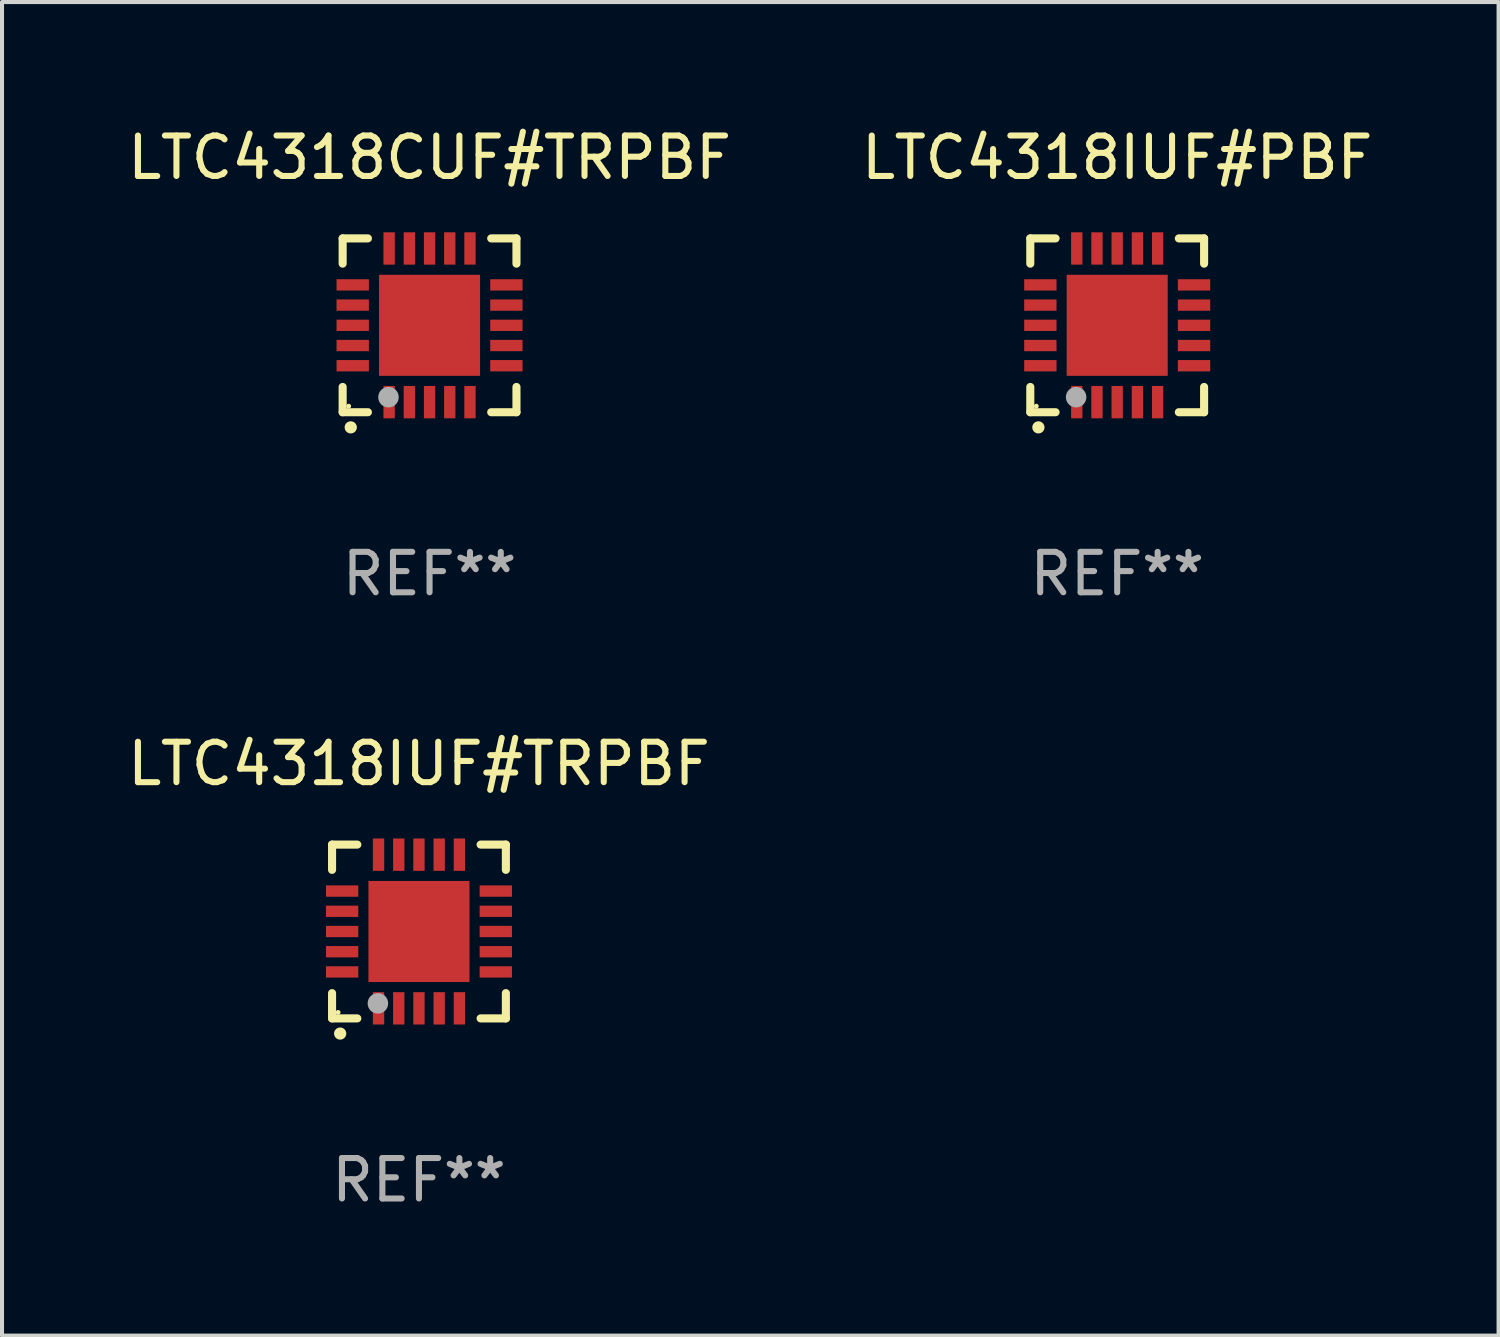
<source format=kicad_pcb>
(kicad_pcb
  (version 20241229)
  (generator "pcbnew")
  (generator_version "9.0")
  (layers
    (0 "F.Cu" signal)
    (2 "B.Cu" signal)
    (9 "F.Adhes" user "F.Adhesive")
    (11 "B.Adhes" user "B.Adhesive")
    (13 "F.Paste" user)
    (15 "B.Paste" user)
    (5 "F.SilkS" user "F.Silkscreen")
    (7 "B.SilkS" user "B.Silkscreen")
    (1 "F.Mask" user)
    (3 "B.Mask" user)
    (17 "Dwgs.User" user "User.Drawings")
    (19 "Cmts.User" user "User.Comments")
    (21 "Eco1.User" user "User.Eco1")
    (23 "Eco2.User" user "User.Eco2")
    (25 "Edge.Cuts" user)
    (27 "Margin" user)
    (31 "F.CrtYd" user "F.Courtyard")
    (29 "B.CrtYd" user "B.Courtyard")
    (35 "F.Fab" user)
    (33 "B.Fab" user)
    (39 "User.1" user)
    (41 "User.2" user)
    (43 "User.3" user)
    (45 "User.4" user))
  (footprint "LTC4318IUF#PBF"
    (layer "F.Cu")
    (at 24.589 4.998)
    (property "Reference" "LTC4318IUF#PBF" (at 0 -4.15 0) (layer "F.SilkS") (effects (font (size 1 1) (thickness 0.15))))
    (attr through_hole)
    (fp_line (start -2.15 -2.15) (end -2.15 -1.525) (stroke (width 0.2) (type solid)) (layer "F.SilkS"))
    (fp_line (start -2.15 2.15) (end -2.15 1.525) (stroke (width 0.2) (type solid)) (layer "F.SilkS"))
    (fp_line (start -1.525 -2.15) (end -2.15 -2.15) (stroke (width 0.2) (type solid)) (layer "F.SilkS"))
    (fp_line (start -1.525 2.15) (end -2.15 2.15) (stroke (width 0.2) (type solid)) (layer "F.SilkS"))
    (fp_line (start 1.525 2.15) (end 2.15 2.15) (stroke (width 0.2) (type solid)) (layer "F.SilkS"))
    (fp_line (start 2.15 -2.15) (end 1.525 -2.15) (stroke (width 0.2) (type solid)) (layer "F.SilkS"))
    (fp_line (start 2.15 -1.525) (end 2.15 -2.15) (stroke (width 0.2) (type solid)) (layer "F.SilkS"))
    (fp_line (start 2.15 2.15) (end 2.15 1.525) (stroke (width 0.2) (type solid)) (layer "F.SilkS"))
    (fp_arc (start -1.950724 2.524765) (mid -1.949454 2.52476) (end -1.948184 2.524765) (stroke (width 0.3) (type solid)) (layer "F.SilkS"))
    (fp_circle (center -2.001 2.001) (end -1.971 2.001) (stroke (width 0.06) (type solid)) (fill no) (layer "F.SilkS"))
    (fp_circle (center -1.016 1.778) (end -0.889 1.778) (stroke (width 0.254) (type solid)) (fill no) (layer "F.Fab"))
    (fp_text user "REF**" (at 0 6.15 0) (layer "F.Fab") (effects (font (size 1 1) (thickness 0.15))))
    (pad "1" smd rect (at -1 1.901) (size 0.28 0.8) (layers "F.Cu" "F.Mask" "F.Paste"))
    (pad "2" smd rect (at -0.5 1.901) (size 0.28 0.8) (layers "F.Cu" "F.Mask" "F.Paste"))
    (pad "3" smd rect (at 0 1.901) (size 0.28 0.8) (layers "F.Cu" "F.Mask" "F.Paste"))
    (pad "4" smd rect (at 0.5 1.901) (size 0.28 0.8) (layers "F.Cu" "F.Mask" "F.Paste"))
    (pad "5" smd rect (at 1 1.901) (size 0.28 0.8) (layers "F.Cu" "F.Mask" "F.Paste"))
    (pad "6" smd rect (at 1.901 1) (size 0.8 0.28) (layers "F.Cu" "F.Mask" "F.Paste"))
    (pad "7" smd rect (at 1.901 0.5) (size 0.8 0.28) (layers "F.Cu" "F.Mask" "F.Paste"))
    (pad "8" smd rect (at 1.901 0) (size 0.8 0.28) (layers "F.Cu" "F.Mask" "F.Paste"))
    (pad "9" smd rect (at 1.901 -0.5) (size 0.8 0.28) (layers "F.Cu" "F.Mask" "F.Paste"))
    (pad "10" smd rect (at 1.901 -1) (size 0.8 0.28) (layers "F.Cu" "F.Mask" "F.Paste"))
    (pad "11" smd rect (at 1 -1.901) (size 0.28 0.8) (layers "F.Cu" "F.Mask" "F.Paste"))
    (pad "12" smd rect (at 0.5 -1.901) (size 0.28 0.8) (layers "F.Cu" "F.Mask" "F.Paste"))
    (pad "13" smd rect (at 0 -1.901) (size 0.28 0.8) (layers "F.Cu" "F.Mask" "F.Paste"))
    (pad "14" smd rect (at -0.5 -1.901) (size 0.28 0.8) (layers "F.Cu" "F.Mask" "F.Paste"))
    (pad "15" smd rect (at -1 -1.901) (size 0.28 0.8) (layers "F.Cu" "F.Mask" "F.Paste"))
    (pad "16" smd rect (at -1.901 -1) (size 0.8 0.28) (layers "F.Cu" "F.Mask" "F.Paste"))
    (pad "17" smd rect (at -1.901 -0.5) (size 0.8 0.28) (layers "F.Cu" "F.Mask" "F.Paste"))
    (pad "18" smd rect (at -1.901 0) (size 0.8 0.28) (layers "F.Cu" "F.Mask" "F.Paste"))
    (pad "19" smd rect (at -1.901 0.5) (size 0.8 0.28) (layers "F.Cu" "F.Mask" "F.Paste"))
    (pad "20" smd rect (at -1.901 1) (size 0.8 0.28) (layers "F.Cu" "F.Mask" "F.Paste"))
    (pad "21" smd rect (at 0 0) (size 2.5 2.5) (layers "F.Cu" "F.Mask" "F.Paste")))
  (footprint "LTC4318IUF#TRPBF"
    (layer "F.Cu")
    (at 7.315 19.995)
    (property "Reference" "LTC4318IUF#TRPBF" (at 0 -4.15 0) (layer "F.SilkS") (effects (font (size 1 1) (thickness 0.15))))
    (attr through_hole)
    (fp_line (start -2.15 -2.15) (end -2.15 -1.525) (stroke (width 0.2) (type solid)) (layer "F.SilkS"))
    (fp_line (start -2.15 2.15) (end -2.15 1.525) (stroke (width 0.2) (type solid)) (layer "F.SilkS"))
    (fp_line (start -1.525 -2.15) (end -2.15 -2.15) (stroke (width 0.2) (type solid)) (layer "F.SilkS"))
    (fp_line (start -1.525 2.15) (end -2.15 2.15) (stroke (width 0.2) (type solid)) (layer "F.SilkS"))
    (fp_line (start 1.525 2.15) (end 2.15 2.15) (stroke (width 0.2) (type solid)) (layer "F.SilkS"))
    (fp_line (start 2.15 -2.15) (end 1.525 -2.15) (stroke (width 0.2) (type solid)) (layer "F.SilkS"))
    (fp_line (start 2.15 -1.525) (end 2.15 -2.15) (stroke (width 0.2) (type solid)) (layer "F.SilkS"))
    (fp_line (start 2.15 2.15) (end 2.15 1.525) (stroke (width 0.2) (type solid)) (layer "F.SilkS"))
    (fp_arc (start -1.950724 2.524765) (mid -1.949454 2.52476) (end -1.948184 2.524765) (stroke (width 0.3) (type solid)) (layer "F.SilkS"))
    (fp_circle (center -2.001 2.001) (end -1.971 2.001) (stroke (width 0.06) (type solid)) (fill no) (layer "F.SilkS"))
    (fp_circle (center -1.016 1.778) (end -0.889 1.778) (stroke (width 0.254) (type solid)) (fill no) (layer "F.Fab"))
    (fp_text user "REF**" (at 0 6.15 0) (layer "F.Fab") (effects (font (size 1 1) (thickness 0.15))))
    (pad "1" smd rect (at -1 1.901) (size 0.28 0.8) (layers "F.Cu" "F.Mask" "F.Paste"))
    (pad "2" smd rect (at -0.5 1.901) (size 0.28 0.8) (layers "F.Cu" "F.Mask" "F.Paste"))
    (pad "3" smd rect (at 0 1.901) (size 0.28 0.8) (layers "F.Cu" "F.Mask" "F.Paste"))
    (pad "4" smd rect (at 0.5 1.901) (size 0.28 0.8) (layers "F.Cu" "F.Mask" "F.Paste"))
    (pad "5" smd rect (at 1 1.901) (size 0.28 0.8) (layers "F.Cu" "F.Mask" "F.Paste"))
    (pad "6" smd rect (at 1.901 1) (size 0.8 0.28) (layers "F.Cu" "F.Mask" "F.Paste"))
    (pad "7" smd rect (at 1.901 0.5) (size 0.8 0.28) (layers "F.Cu" "F.Mask" "F.Paste"))
    (pad "8" smd rect (at 1.901 0) (size 0.8 0.28) (layers "F.Cu" "F.Mask" "F.Paste"))
    (pad "9" smd rect (at 1.901 -0.5) (size 0.8 0.28) (layers "F.Cu" "F.Mask" "F.Paste"))
    (pad "10" smd rect (at 1.901 -1) (size 0.8 0.28) (layers "F.Cu" "F.Mask" "F.Paste"))
    (pad "11" smd rect (at 1 -1.901) (size 0.28 0.8) (layers "F.Cu" "F.Mask" "F.Paste"))
    (pad "12" smd rect (at 0.5 -1.901) (size 0.28 0.8) (layers "F.Cu" "F.Mask" "F.Paste"))
    (pad "13" smd rect (at 0 -1.901) (size 0.28 0.8) (layers "F.Cu" "F.Mask" "F.Paste"))
    (pad "14" smd rect (at -0.5 -1.901) (size 0.28 0.8) (layers "F.Cu" "F.Mask" "F.Paste"))
    (pad "15" smd rect (at -1 -1.901) (size 0.28 0.8) (layers "F.Cu" "F.Mask" "F.Paste"))
    (pad "16" smd rect (at -1.901 -1) (size 0.8 0.28) (layers "F.Cu" "F.Mask" "F.Paste"))
    (pad "17" smd rect (at -1.901 -0.5) (size 0.8 0.28) (layers "F.Cu" "F.Mask" "F.Paste"))
    (pad "18" smd rect (at -1.901 0) (size 0.8 0.28) (layers "F.Cu" "F.Mask" "F.Paste"))
    (pad "19" smd rect (at -1.901 0.5) (size 0.8 0.28) (layers "F.Cu" "F.Mask" "F.Paste"))
    (pad "20" smd rect (at -1.901 1) (size 0.8 0.28) (layers "F.Cu" "F.Mask" "F.Paste"))
    (pad "21" smd rect (at 0 0) (size 2.5 2.5) (layers "F.Cu" "F.Mask" "F.Paste")))
  (footprint "LTC4318CUF#TRPBF"
    (layer "F.Cu")
    (at 7.577 4.998)
    (property "Reference" "LTC4318CUF#TRPBF" (at 0 -4.15 0) (layer "F.SilkS") (effects (font (size 1 1) (thickness 0.15))))
    (attr through_hole)
    (fp_line (start -2.15 -2.15) (end -2.15 -1.525) (stroke (width 0.2) (type solid)) (layer "F.SilkS"))
    (fp_line (start -2.15 2.15) (end -2.15 1.525) (stroke (width 0.2) (type solid)) (layer "F.SilkS"))
    (fp_line (start -1.525 -2.15) (end -2.15 -2.15) (stroke (width 0.2) (type solid)) (layer "F.SilkS"))
    (fp_line (start -1.525 2.15) (end -2.15 2.15) (stroke (width 0.2) (type solid)) (layer "F.SilkS"))
    (fp_line (start 1.525 2.15) (end 2.15 2.15) (stroke (width 0.2) (type solid)) (layer "F.SilkS"))
    (fp_line (start 2.15 -2.15) (end 1.525 -2.15) (stroke (width 0.2) (type solid)) (layer "F.SilkS"))
    (fp_line (start 2.15 -1.525) (end 2.15 -2.15) (stroke (width 0.2) (type solid)) (layer "F.SilkS"))
    (fp_line (start 2.15 2.15) (end 2.15 1.525) (stroke (width 0.2) (type solid)) (layer "F.SilkS"))
    (fp_arc (start -1.950724 2.524765) (mid -1.949454 2.52476) (end -1.948184 2.524765) (stroke (width 0.3) (type solid)) (layer "F.SilkS"))
    (fp_circle (center -2.001 2.001) (end -1.971 2.001) (stroke (width 0.06) (type solid)) (fill no) (layer "F.SilkS"))
    (fp_circle (center -1.016 1.778) (end -0.889 1.778) (stroke (width 0.254) (type solid)) (fill no) (layer "F.Fab"))
    (fp_text user "REF**" (at 0 6.15 0) (layer "F.Fab") (effects (font (size 1 1) (thickness 0.15))))
    (pad "1" smd rect (at -1 1.901) (size 0.28 0.8) (layers "F.Cu" "F.Mask" "F.Paste"))
    (pad "2" smd rect (at -0.5 1.901) (size 0.28 0.8) (layers "F.Cu" "F.Mask" "F.Paste"))
    (pad "3" smd rect (at 0 1.901) (size 0.28 0.8) (layers "F.Cu" "F.Mask" "F.Paste"))
    (pad "4" smd rect (at 0.5 1.901) (size 0.28 0.8) (layers "F.Cu" "F.Mask" "F.Paste"))
    (pad "5" smd rect (at 1 1.901) (size 0.28 0.8) (layers "F.Cu" "F.Mask" "F.Paste"))
    (pad "6" smd rect (at 1.901 1) (size 0.8 0.28) (layers "F.Cu" "F.Mask" "F.Paste"))
    (pad "7" smd rect (at 1.901 0.5) (size 0.8 0.28) (layers "F.Cu" "F.Mask" "F.Paste"))
    (pad "8" smd rect (at 1.901 0) (size 0.8 0.28) (layers "F.Cu" "F.Mask" "F.Paste"))
    (pad "9" smd rect (at 1.901 -0.5) (size 0.8 0.28) (layers "F.Cu" "F.Mask" "F.Paste"))
    (pad "10" smd rect (at 1.901 -1) (size 0.8 0.28) (layers "F.Cu" "F.Mask" "F.Paste"))
    (pad "11" smd rect (at 1 -1.901) (size 0.28 0.8) (layers "F.Cu" "F.Mask" "F.Paste"))
    (pad "12" smd rect (at 0.5 -1.901) (size 0.28 0.8) (layers "F.Cu" "F.Mask" "F.Paste"))
    (pad "13" smd rect (at 0 -1.901) (size 0.28 0.8) (layers "F.Cu" "F.Mask" "F.Paste"))
    (pad "14" smd rect (at -0.5 -1.901) (size 0.28 0.8) (layers "F.Cu" "F.Mask" "F.Paste"))
    (pad "15" smd rect (at -1 -1.901) (size 0.28 0.8) (layers "F.Cu" "F.Mask" "F.Paste"))
    (pad "16" smd rect (at -1.901 -1) (size 0.8 0.28) (layers "F.Cu" "F.Mask" "F.Paste"))
    (pad "17" smd rect (at -1.901 -0.5) (size 0.8 0.28) (layers "F.Cu" "F.Mask" "F.Paste"))
    (pad "18" smd rect (at -1.901 0) (size 0.8 0.28) (layers "F.Cu" "F.Mask" "F.Paste"))
    (pad "19" smd rect (at -1.901 0.5) (size 0.8 0.28) (layers "F.Cu" "F.Mask" "F.Paste"))
    (pad "20" smd rect (at -1.901 1) (size 0.8 0.28) (layers "F.Cu" "F.Mask" "F.Paste"))
    (pad "21" smd rect (at 0 0) (size 2.5 2.5) (layers "F.Cu" "F.Mask" "F.Paste")))
  (gr_rect
    (start -3 -3)
    (end 34.024 29.993)
    (stroke (width 0.1) (type default))
    (fill no)
    (layer "Edge.Cuts")))
</source>
